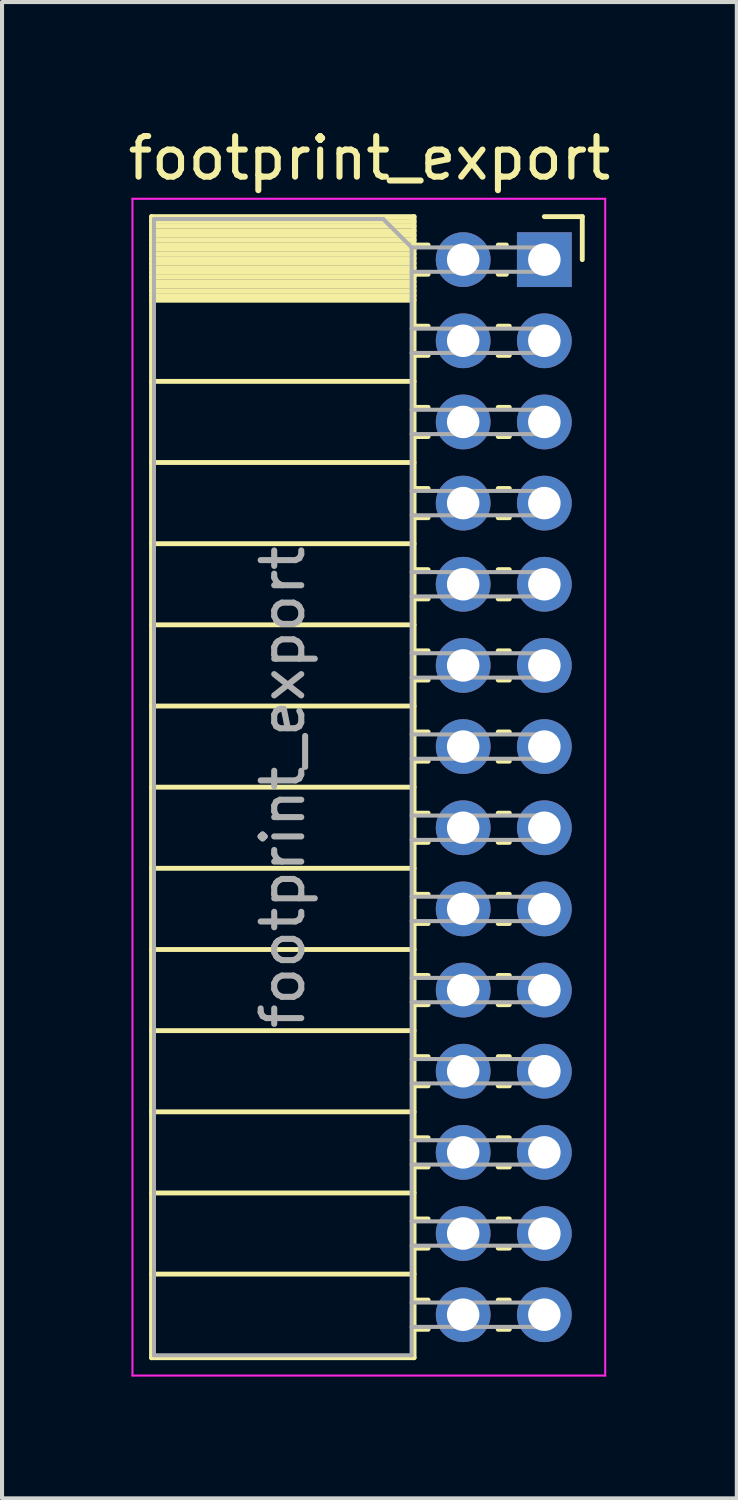
<source format=kicad_pcb>
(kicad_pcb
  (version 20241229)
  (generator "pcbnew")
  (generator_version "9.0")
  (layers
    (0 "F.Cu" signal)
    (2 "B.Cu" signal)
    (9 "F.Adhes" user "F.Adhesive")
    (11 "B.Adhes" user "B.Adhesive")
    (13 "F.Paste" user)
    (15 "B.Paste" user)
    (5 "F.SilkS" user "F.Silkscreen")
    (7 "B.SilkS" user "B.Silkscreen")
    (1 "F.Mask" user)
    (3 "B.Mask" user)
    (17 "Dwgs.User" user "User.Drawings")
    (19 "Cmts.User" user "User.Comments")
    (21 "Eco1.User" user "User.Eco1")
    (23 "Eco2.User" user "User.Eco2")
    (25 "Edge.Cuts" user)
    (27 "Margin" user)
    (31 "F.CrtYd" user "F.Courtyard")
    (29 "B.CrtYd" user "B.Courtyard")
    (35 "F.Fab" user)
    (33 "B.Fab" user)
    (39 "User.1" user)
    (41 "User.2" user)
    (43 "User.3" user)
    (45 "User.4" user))
  (footprint "footprint_export"
    (layer "F.Cu")
    (at 10.364 3.348)
    (property "Reference" "footprint_export" (at -4.31 -2.5 0) (layer "F.SilkS") (effects (font (size 1 1) (thickness 0.15))))
    (attr through_hole)
    (fp_line (start -9.68 -1.06) (end -9.68 27.06) (stroke (width 0.12) (type solid)) (layer "F.SilkS"))
    (fp_line (start -9.68 -1.06) (end -3.21 -1.06) (stroke (width 0.12) (type solid)) (layer "F.SilkS"))
    (fp_line (start -9.68 -0.94) (end -3.21 -0.94) (stroke (width 0.12) (type solid)) (layer "F.SilkS"))
    (fp_line (start -9.68 -0.826) (end -3.21 -0.826) (stroke (width 0.12) (type solid)) (layer "F.SilkS"))
    (fp_line (start -9.68 -0.712) (end -3.21 -0.712) (stroke (width 0.12) (type solid)) (layer "F.SilkS"))
    (fp_line (start -9.68 -0.598) (end -3.21 -0.598) (stroke (width 0.12) (type solid)) (layer "F.SilkS"))
    (fp_line (start -9.68 -0.484) (end -3.21 -0.484) (stroke (width 0.12) (type solid)) (layer "F.SilkS"))
    (fp_line (start -9.68 -0.369) (end -3.21 -0.369) (stroke (width 0.12) (type solid)) (layer "F.SilkS"))
    (fp_line (start -9.68 -0.255) (end -3.21 -0.255) (stroke (width 0.12) (type solid)) (layer "F.SilkS"))
    (fp_line (start -9.68 -0.141) (end -3.21 -0.141) (stroke (width 0.12) (type solid)) (layer "F.SilkS"))
    (fp_line (start -9.68 -0.027) (end -3.21 -0.027) (stroke (width 0.12) (type solid)) (layer "F.SilkS"))
    (fp_line (start -9.68 0.087) (end -3.21 0.087) (stroke (width 0.12) (type solid)) (layer "F.SilkS"))
    (fp_line (start -9.68 0.201) (end -3.21 0.201) (stroke (width 0.12) (type solid)) (layer "F.SilkS"))
    (fp_line (start -9.68 0.315) (end -3.21 0.315) (stroke (width 0.12) (type solid)) (layer "F.SilkS"))
    (fp_line (start -9.68 0.429) (end -3.21 0.429) (stroke (width 0.12) (type solid)) (layer "F.SilkS"))
    (fp_line (start -9.68 0.544) (end -3.21 0.544) (stroke (width 0.12) (type solid)) (layer "F.SilkS"))
    (fp_line (start -9.68 0.658) (end -3.21 0.658) (stroke (width 0.12) (type solid)) (layer "F.SilkS"))
    (fp_line (start -9.68 0.772) (end -3.21 0.772) (stroke (width 0.12) (type solid)) (layer "F.SilkS"))
    (fp_line (start -9.68 0.886) (end -3.21 0.886) (stroke (width 0.12) (type solid)) (layer "F.SilkS"))
    (fp_line (start -9.68 1) (end -3.21 1) (stroke (width 0.12) (type solid)) (layer "F.SilkS"))
    (fp_line (start -9.68 3) (end -3.21 3) (stroke (width 0.12) (type solid)) (layer "F.SilkS"))
    (fp_line (start -9.68 5) (end -3.21 5) (stroke (width 0.12) (type solid)) (layer "F.SilkS"))
    (fp_line (start -9.68 7) (end -3.21 7) (stroke (width 0.12) (type solid)) (layer "F.SilkS"))
    (fp_line (start -9.68 9) (end -3.21 9) (stroke (width 0.12) (type solid)) (layer "F.SilkS"))
    (fp_line (start -9.68 11) (end -3.21 11) (stroke (width 0.12) (type solid)) (layer "F.SilkS"))
    (fp_line (start -9.68 13) (end -3.21 13) (stroke (width 0.12) (type solid)) (layer "F.SilkS"))
    (fp_line (start -9.68 15) (end -3.21 15) (stroke (width 0.12) (type solid)) (layer "F.SilkS"))
    (fp_line (start -9.68 17) (end -3.21 17) (stroke (width 0.12) (type solid)) (layer "F.SilkS"))
    (fp_line (start -9.68 19) (end -3.21 19) (stroke (width 0.12) (type solid)) (layer "F.SilkS"))
    (fp_line (start -9.68 21) (end -3.21 21) (stroke (width 0.12) (type solid)) (layer "F.SilkS"))
    (fp_line (start -9.68 23) (end -3.21 23) (stroke (width 0.12) (type solid)) (layer "F.SilkS"))
    (fp_line (start -9.68 25) (end -3.21 25) (stroke (width 0.12) (type solid)) (layer "F.SilkS"))
    (fp_line (start -9.68 27.06) (end -3.21 27.06) (stroke (width 0.12) (type solid)) (layer "F.SilkS"))
    (fp_line (start -3.21 -1.06) (end -3.21 27.06) (stroke (width 0.12) (type solid)) (layer "F.SilkS"))
    (fp_line (start -3.21 -0.36) (end -2.863 -0.36) (stroke (width 0.12) (type solid)) (layer "F.SilkS"))
    (fp_line (start -3.21 0.36) (end -2.863 0.36) (stroke (width 0.12) (type solid)) (layer "F.SilkS"))
    (fp_line (start -3.21 1.64) (end -2.863 1.64) (stroke (width 0.12) (type solid)) (layer "F.SilkS"))
    (fp_line (start -3.21 2.36) (end -2.863 2.36) (stroke (width 0.12) (type solid)) (layer "F.SilkS"))
    (fp_line (start -3.21 3.64) (end -2.863 3.64) (stroke (width 0.12) (type solid)) (layer "F.SilkS"))
    (fp_line (start -3.21 4.36) (end -2.863 4.36) (stroke (width 0.12) (type solid)) (layer "F.SilkS"))
    (fp_line (start -3.21 5.64) (end -2.863 5.64) (stroke (width 0.12) (type solid)) (layer "F.SilkS"))
    (fp_line (start -3.21 6.36) (end -2.863 6.36) (stroke (width 0.12) (type solid)) (layer "F.SilkS"))
    (fp_line (start -3.21 7.64) (end -2.863 7.64) (stroke (width 0.12) (type solid)) (layer "F.SilkS"))
    (fp_line (start -3.21 8.36) (end -2.863 8.36) (stroke (width 0.12) (type solid)) (layer "F.SilkS"))
    (fp_line (start -3.21 9.64) (end -2.863 9.64) (stroke (width 0.12) (type solid)) (layer "F.SilkS"))
    (fp_line (start -3.21 10.36) (end -2.863 10.36) (stroke (width 0.12) (type solid)) (layer "F.SilkS"))
    (fp_line (start -3.21 11.64) (end -2.863 11.64) (stroke (width 0.12) (type solid)) (layer "F.SilkS"))
    (fp_line (start -3.21 12.36) (end -2.863 12.36) (stroke (width 0.12) (type solid)) (layer "F.SilkS"))
    (fp_line (start -3.21 13.64) (end -2.863 13.64) (stroke (width 0.12) (type solid)) (layer "F.SilkS"))
    (fp_line (start -3.21 14.36) (end -2.863 14.36) (stroke (width 0.12) (type solid)) (layer "F.SilkS"))
    (fp_line (start -3.21 15.64) (end -2.863 15.64) (stroke (width 0.12) (type solid)) (layer "F.SilkS"))
    (fp_line (start -3.21 16.36) (end -2.863 16.36) (stroke (width 0.12) (type solid)) (layer "F.SilkS"))
    (fp_line (start -3.21 17.64) (end -2.863 17.64) (stroke (width 0.12) (type solid)) (layer "F.SilkS"))
    (fp_line (start -3.21 18.36) (end -2.863 18.36) (stroke (width 0.12) (type solid)) (layer "F.SilkS"))
    (fp_line (start -3.21 19.64) (end -2.863 19.64) (stroke (width 0.12) (type solid)) (layer "F.SilkS"))
    (fp_line (start -3.21 20.36) (end -2.863 20.36) (stroke (width 0.12) (type solid)) (layer "F.SilkS"))
    (fp_line (start -3.21 21.64) (end -2.863 21.64) (stroke (width 0.12) (type solid)) (layer "F.SilkS"))
    (fp_line (start -3.21 22.36) (end -2.863 22.36) (stroke (width 0.12) (type solid)) (layer "F.SilkS"))
    (fp_line (start -3.21 23.64) (end -2.863 23.64) (stroke (width 0.12) (type solid)) (layer "F.SilkS"))
    (fp_line (start -3.21 24.36) (end -2.863 24.36) (stroke (width 0.12) (type solid)) (layer "F.SilkS"))
    (fp_line (start -3.21 25.64) (end -2.863 25.64) (stroke (width 0.12) (type solid)) (layer "F.SilkS"))
    (fp_line (start -3.21 26.36) (end -2.863 26.36) (stroke (width 0.12) (type solid)) (layer "F.SilkS"))
    (fp_line (start -1.137 -0.36) (end -0.935 -0.36) (stroke (width 0.12) (type solid)) (layer "F.SilkS"))
    (fp_line (start -1.137 0.36) (end -0.935 0.36) (stroke (width 0.12) (type solid)) (layer "F.SilkS"))
    (fp_line (start -1.137 1.64) (end -0.863 1.64) (stroke (width 0.12) (type solid)) (layer "F.SilkS"))
    (fp_line (start -1.137 2.36) (end -0.863 2.36) (stroke (width 0.12) (type solid)) (layer "F.SilkS"))
    (fp_line (start -1.137 3.64) (end -0.863 3.64) (stroke (width 0.12) (type solid)) (layer "F.SilkS"))
    (fp_line (start -1.137 4.36) (end -0.863 4.36) (stroke (width 0.12) (type solid)) (layer "F.SilkS"))
    (fp_line (start -1.137 5.64) (end -0.863 5.64) (stroke (width 0.12) (type solid)) (layer "F.SilkS"))
    (fp_line (start -1.137 6.36) (end -0.863 6.36) (stroke (width 0.12) (type solid)) (layer "F.SilkS"))
    (fp_line (start -1.137 7.64) (end -0.863 7.64) (stroke (width 0.12) (type solid)) (layer "F.SilkS"))
    (fp_line (start -1.137 8.36) (end -0.863 8.36) (stroke (width 0.12) (type solid)) (layer "F.SilkS"))
    (fp_line (start -1.137 9.64) (end -0.863 9.64) (stroke (width 0.12) (type solid)) (layer "F.SilkS"))
    (fp_line (start -1.137 10.36) (end -0.863 10.36) (stroke (width 0.12) (type solid)) (layer "F.SilkS"))
    (fp_line (start -1.137 11.64) (end -0.863 11.64) (stroke (width 0.12) (type solid)) (layer "F.SilkS"))
    (fp_line (start -1.137 12.36) (end -0.863 12.36) (stroke (width 0.12) (type solid)) (layer "F.SilkS"))
    (fp_line (start -1.137 13.64) (end -0.863 13.64) (stroke (width 0.12) (type solid)) (layer "F.SilkS"))
    (fp_line (start -1.137 14.36) (end -0.863 14.36) (stroke (width 0.12) (type solid)) (layer "F.SilkS"))
    (fp_line (start -1.137 15.64) (end -0.863 15.64) (stroke (width 0.12) (type solid)) (layer "F.SilkS"))
    (fp_line (start -1.137 16.36) (end -0.863 16.36) (stroke (width 0.12) (type solid)) (layer "F.SilkS"))
    (fp_line (start -1.137 17.64) (end -0.863 17.64) (stroke (width 0.12) (type solid)) (layer "F.SilkS"))
    (fp_line (start -1.137 18.36) (end -0.863 18.36) (stroke (width 0.12) (type solid)) (layer "F.SilkS"))
    (fp_line (start -1.137 19.64) (end -0.863 19.64) (stroke (width 0.12) (type solid)) (layer "F.SilkS"))
    (fp_line (start -1.137 20.36) (end -0.863 20.36) (stroke (width 0.12) (type solid)) (layer "F.SilkS"))
    (fp_line (start -1.137 21.64) (end -0.863 21.64) (stroke (width 0.12) (type solid)) (layer "F.SilkS"))
    (fp_line (start -1.137 22.36) (end -0.863 22.36) (stroke (width 0.12) (type solid)) (layer "F.SilkS"))
    (fp_line (start -1.137 23.64) (end -0.863 23.64) (stroke (width 0.12) (type solid)) (layer "F.SilkS"))
    (fp_line (start -1.137 24.36) (end -0.863 24.36) (stroke (width 0.12) (type solid)) (layer "F.SilkS"))
    (fp_line (start -1.137 25.64) (end -0.863 25.64) (stroke (width 0.12) (type solid)) (layer "F.SilkS"))
    (fp_line (start -1.137 26.36) (end -0.863 26.36) (stroke (width 0.12) (type solid)) (layer "F.SilkS"))
    (fp_line (start 0 -1.06) (end 0.935 -1.06) (stroke (width 0.12) (type solid)) (layer "F.SilkS"))
    (fp_line (start 0.935 -1.06) (end 0.935 0) (stroke (width 0.12) (type solid)) (layer "F.SilkS"))
    (fp_line (start -10.15 -1.5) (end -10.15 27.5) (stroke (width 0.05) (type solid)) (layer "F.CrtYd"))
    (fp_line (start -10.15 27.5) (end 1.5 27.5) (stroke (width 0.05) (type solid)) (layer "F.CrtYd"))
    (fp_line (start 1.5 -1.5) (end -10.15 -1.5) (stroke (width 0.05) (type solid)) (layer "F.CrtYd"))
    (fp_line (start 1.5 27.5) (end 1.5 -1.5) (stroke (width 0.05) (type solid)) (layer "F.CrtYd"))
    (fp_line (start -9.62 -1) (end -3.97 -1) (stroke (width 0.1) (type solid)) (layer "F.Fab"))
    (fp_line (start -9.62 27) (end -9.62 -1) (stroke (width 0.1) (type solid)) (layer "F.Fab"))
    (fp_line (start -3.97 -1) (end -3.27 -0.3) (stroke (width 0.1) (type solid)) (layer "F.Fab"))
    (fp_line (start -3.27 -0.3) (end -3.27 27) (stroke (width 0.1) (type solid)) (layer "F.Fab"))
    (fp_line (start -3.27 0.3) (end 0 0.3) (stroke (width 0.1) (type solid)) (layer "F.Fab"))
    (fp_line (start -3.27 2.3) (end 0 2.3) (stroke (width 0.1) (type solid)) (layer "F.Fab"))
    (fp_line (start -3.27 4.3) (end 0 4.3) (stroke (width 0.1) (type solid)) (layer "F.Fab"))
    (fp_line (start -3.27 6.3) (end 0 6.3) (stroke (width 0.1) (type solid)) (layer "F.Fab"))
    (fp_line (start -3.27 8.3) (end 0 8.3) (stroke (width 0.1) (type solid)) (layer "F.Fab"))
    (fp_line (start -3.27 10.3) (end 0 10.3) (stroke (width 0.1) (type solid)) (layer "F.Fab"))
    (fp_line (start -3.27 12.3) (end 0 12.3) (stroke (width 0.1) (type solid)) (layer "F.Fab"))
    (fp_line (start -3.27 14.3) (end 0 14.3) (stroke (width 0.1) (type solid)) (layer "F.Fab"))
    (fp_line (start -3.27 16.3) (end 0 16.3) (stroke (width 0.1) (type solid)) (layer "F.Fab"))
    (fp_line (start -3.27 18.3) (end 0 18.3) (stroke (width 0.1) (type solid)) (layer "F.Fab"))
    (fp_line (start -3.27 20.3) (end 0 20.3) (stroke (width 0.1) (type solid)) (layer "F.Fab"))
    (fp_line (start -3.27 22.3) (end 0 22.3) (stroke (width 0.1) (type solid)) (layer "F.Fab"))
    (fp_line (start -3.27 24.3) (end 0 24.3) (stroke (width 0.1) (type solid)) (layer "F.Fab"))
    (fp_line (start -3.27 26.3) (end 0 26.3) (stroke (width 0.1) (type solid)) (layer "F.Fab"))
    (fp_line (start -3.27 27) (end -9.62 27) (stroke (width 0.1) (type solid)) (layer "F.Fab"))
    (fp_line (start 0 -0.3) (end -3.27 -0.3) (stroke (width 0.1) (type solid)) (layer "F.Fab"))
    (fp_line (start 0 0.3) (end 0 -0.3) (stroke (width 0.1) (type solid)) (layer "F.Fab"))
    (fp_line (start 0 1.7) (end -3.27 1.7) (stroke (width 0.1) (type solid)) (layer "F.Fab"))
    (fp_line (start 0 2.3) (end 0 1.7) (stroke (width 0.1) (type solid)) (layer "F.Fab"))
    (fp_line (start 0 3.7) (end -3.27 3.7) (stroke (width 0.1) (type solid)) (layer "F.Fab"))
    (fp_line (start 0 4.3) (end 0 3.7) (stroke (width 0.1) (type solid)) (layer "F.Fab"))
    (fp_line (start 0 5.7) (end -3.27 5.7) (stroke (width 0.1) (type solid)) (layer "F.Fab"))
    (fp_line (start 0 6.3) (end 0 5.7) (stroke (width 0.1) (type solid)) (layer "F.Fab"))
    (fp_line (start 0 7.7) (end -3.27 7.7) (stroke (width 0.1) (type solid)) (layer "F.Fab"))
    (fp_line (start 0 8.3) (end 0 7.7) (stroke (width 0.1) (type solid)) (layer "F.Fab"))
    (fp_line (start 0 9.7) (end -3.27 9.7) (stroke (width 0.1) (type solid)) (layer "F.Fab"))
    (fp_line (start 0 10.3) (end 0 9.7) (stroke (width 0.1) (type solid)) (layer "F.Fab"))
    (fp_line (start 0 11.7) (end -3.27 11.7) (stroke (width 0.1) (type solid)) (layer "F.Fab"))
    (fp_line (start 0 12.3) (end 0 11.7) (stroke (width 0.1) (type solid)) (layer "F.Fab"))
    (fp_line (start 0 13.7) (end -3.27 13.7) (stroke (width 0.1) (type solid)) (layer "F.Fab"))
    (fp_line (start 0 14.3) (end 0 13.7) (stroke (width 0.1) (type solid)) (layer "F.Fab"))
    (fp_line (start 0 15.7) (end -3.27 15.7) (stroke (width 0.1) (type solid)) (layer "F.Fab"))
    (fp_line (start 0 16.3) (end 0 15.7) (stroke (width 0.1) (type solid)) (layer "F.Fab"))
    (fp_line (start 0 17.7) (end -3.27 17.7) (stroke (width 0.1) (type solid)) (layer "F.Fab"))
    (fp_line (start 0 18.3) (end 0 17.7) (stroke (width 0.1) (type solid)) (layer "F.Fab"))
    (fp_line (start 0 19.7) (end -3.27 19.7) (stroke (width 0.1) (type solid)) (layer "F.Fab"))
    (fp_line (start 0 20.3) (end 0 19.7) (stroke (width 0.1) (type solid)) (layer "F.Fab"))
    (fp_line (start 0 21.7) (end -3.27 21.7) (stroke (width 0.1) (type solid)) (layer "F.Fab"))
    (fp_line (start 0 22.3) (end 0 21.7) (stroke (width 0.1) (type solid)) (layer "F.Fab"))
    (fp_line (start 0 23.7) (end -3.27 23.7) (stroke (width 0.1) (type solid)) (layer "F.Fab"))
    (fp_line (start 0 24.3) (end 0 23.7) (stroke (width 0.1) (type solid)) (layer "F.Fab"))
    (fp_line (start 0 25.7) (end -3.27 25.7) (stroke (width 0.1) (type solid)) (layer "F.Fab"))
    (fp_line (start 0 26.3) (end 0 25.7) (stroke (width 0.1) (type solid)) (layer "F.Fab"))
    (fp_text user "${REFERENCE}" (at -6.445 13 90) (layer "F.Fab") (effects (font (size 1 1) (thickness 0.15))))
    (pad "1" thru_hole rect (at 0 0) (size 1.35 1.35) (drill 0.8) (layers "*.Cu" "*.Mask"))
    (pad "2" thru_hole oval (at -2 0) (size 1.35 1.35) (drill 0.8) (layers "*.Cu" "*.Mask"))
    (pad "3" thru_hole oval (at 0 2) (size 1.35 1.35) (drill 0.8) (layers "*.Cu" "*.Mask"))
    (pad "4" thru_hole oval (at -2 2) (size 1.35 1.35) (drill 0.8) (layers "*.Cu" "*.Mask"))
    (pad "5" thru_hole oval (at 0 4) (size 1.35 1.35) (drill 0.8) (layers "*.Cu" "*.Mask"))
    (pad "6" thru_hole oval (at -2 4) (size 1.35 1.35) (drill 0.8) (layers "*.Cu" "*.Mask"))
    (pad "7" thru_hole oval (at 0 6) (size 1.35 1.35) (drill 0.8) (layers "*.Cu" "*.Mask"))
    (pad "8" thru_hole oval (at -2 6) (size 1.35 1.35) (drill 0.8) (layers "*.Cu" "*.Mask"))
    (pad "9" thru_hole oval (at 0 8) (size 1.35 1.35) (drill 0.8) (layers "*.Cu" "*.Mask"))
    (pad "10" thru_hole oval (at -2 8) (size 1.35 1.35) (drill 0.8) (layers "*.Cu" "*.Mask"))
    (pad "11" thru_hole oval (at 0 10) (size 1.35 1.35) (drill 0.8) (layers "*.Cu" "*.Mask"))
    (pad "12" thru_hole oval (at -2 10) (size 1.35 1.35) (drill 0.8) (layers "*.Cu" "*.Mask"))
    (pad "13" thru_hole oval (at 0 12) (size 1.35 1.35) (drill 0.8) (layers "*.Cu" "*.Mask"))
    (pad "14" thru_hole oval (at -2 12) (size 1.35 1.35) (drill 0.8) (layers "*.Cu" "*.Mask"))
    (pad "15" thru_hole oval (at 0 14) (size 1.35 1.35) (drill 0.8) (layers "*.Cu" "*.Mask"))
    (pad "16" thru_hole oval (at -2 14) (size 1.35 1.35) (drill 0.8) (layers "*.Cu" "*.Mask"))
    (pad "17" thru_hole oval (at 0 16) (size 1.35 1.35) (drill 0.8) (layers "*.Cu" "*.Mask"))
    (pad "18" thru_hole oval (at -2 16) (size 1.35 1.35) (drill 0.8) (layers "*.Cu" "*.Mask"))
    (pad "19" thru_hole oval (at 0 18) (size 1.35 1.35) (drill 0.8) (layers "*.Cu" "*.Mask"))
    (pad "20" thru_hole oval (at -2 18) (size 1.35 1.35) (drill 0.8) (layers "*.Cu" "*.Mask"))
    (pad "21" thru_hole oval (at 0 20) (size 1.35 1.35) (drill 0.8) (layers "*.Cu" "*.Mask"))
    (pad "22" thru_hole oval (at -2 20) (size 1.35 1.35) (drill 0.8) (layers "*.Cu" "*.Mask"))
    (pad "23" thru_hole oval (at 0 22) (size 1.35 1.35) (drill 0.8) (layers "*.Cu" "*.Mask"))
    (pad "24" thru_hole oval (at -2 22) (size 1.35 1.35) (drill 0.8) (layers "*.Cu" "*.Mask"))
    (pad "25" thru_hole oval (at 0 24) (size 1.35 1.35) (drill 0.8) (layers "*.Cu" "*.Mask"))
    (pad "26" thru_hole oval (at -2 24) (size 1.35 1.35) (drill 0.8) (layers "*.Cu" "*.Mask"))
    (pad "27" thru_hole oval (at 0 26) (size 1.35 1.35) (drill 0.8) (layers "*.Cu" "*.Mask"))
    (pad "28" thru_hole oval (at -2 26) (size 1.35 1.35) (drill 0.8) (layers "*.Cu" "*.Mask")))
  (gr_rect
    (start -3 -3)
    (end 15.107 33.873)
    (stroke (width 0.1) (type default))
    (fill no)
    (layer "Edge.Cuts")))
</source>
